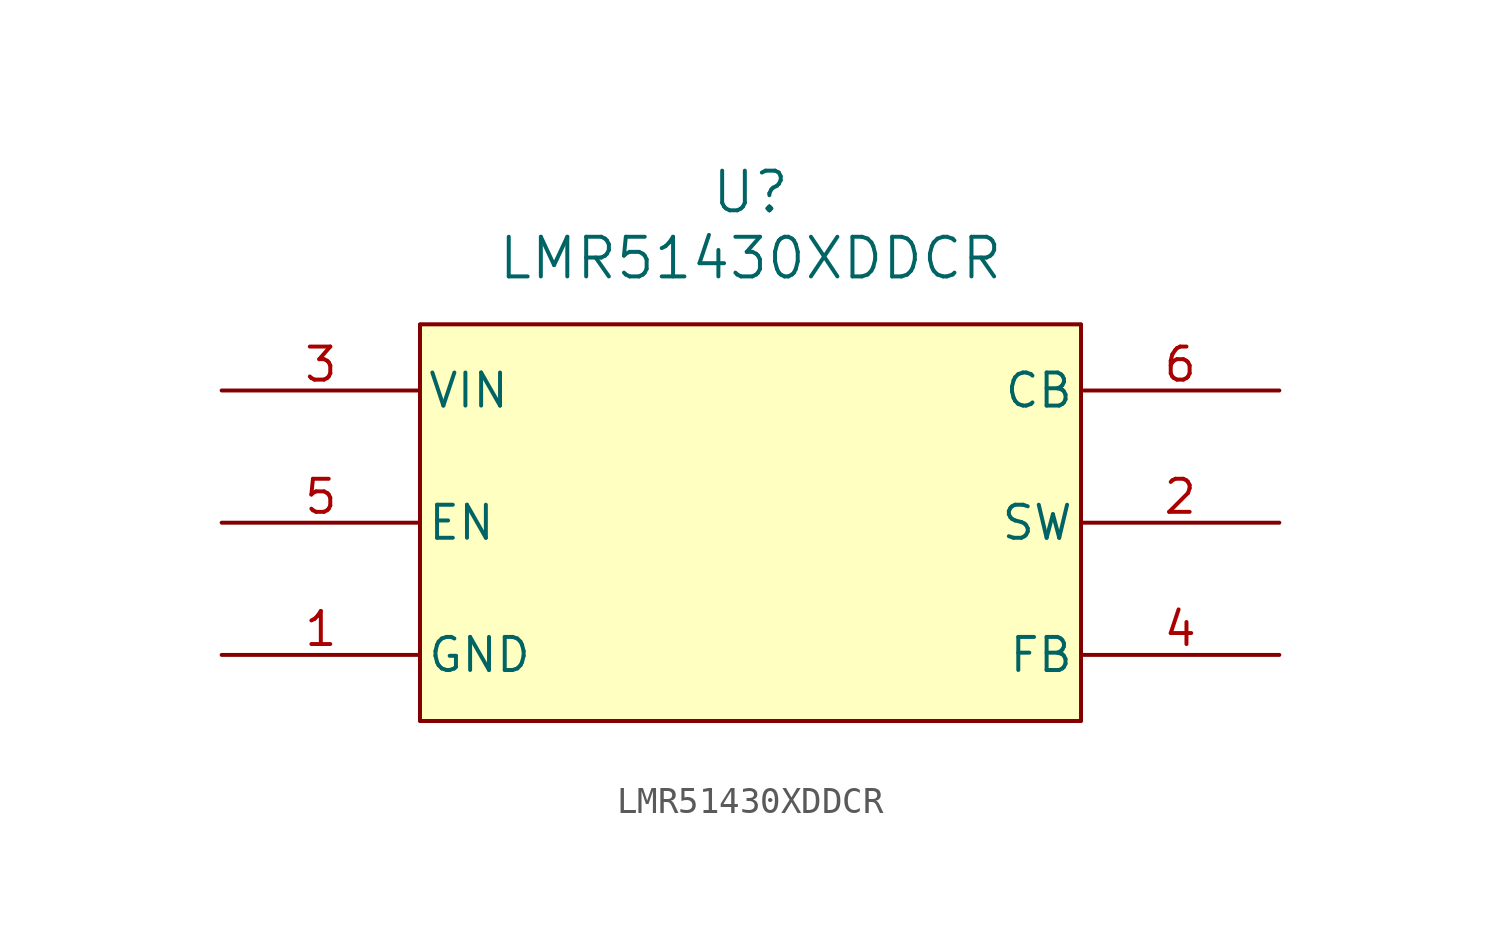
<source format=kicad_sym>
(kicad_symbol_lib
  (version 20220914)
  (generator kicad_symbol_editor)
  (symbol "LMR51430XDDCR"
    (pin_names
      (offset 0.254))
    (property "Reference" "U"
      (at 0 12.7 0)
      (effects (font (size 1.524 1.524))))
    (property "Value" "LMR51430XDDCR"
      (at 0 10.16 0)
      (effects (font (size 1.524 1.524))))
    (property "ki_locked" ""
      (at 0 0 0)
      (effects (font (size 1.27 1.27))))
    (symbol "LMR51430XDDCR_0_1"
      (polyline (pts (xy -12.7 -7.62) (xy 12.7 -7.62)) (stroke (width 0.127) (type default)) (fill (type none)))
      (polyline (pts (xy -12.7 7.62) (xy -12.7 -7.62)) (stroke (width 0.127) (type default)) (fill (type none)))
      (polyline (pts (xy 12.7 -7.62) (xy 12.7 7.62)) (stroke (width 0.127) (type default)) (fill (type none)))
      (polyline (pts (xy 12.7 7.62) (xy -12.7 7.62)) (stroke (width 0.127) (type default)) (fill (type none)))
      (pin power_out line (at -20.32 -5.08 0) (length 7.62) (name "GND" (effects (font (size 1.27 1.27)))) (number "1" (effects (font (size 1.27 1.27)))))
      (pin power_in line (at 20.32 0 180) (length 7.62) (name "SW" (effects (font (size 1.27 1.27)))) (number "2" (effects (font (size 1.27 1.27)))))
      (pin power_in line (at -20.32 5.08 0) (length 7.62) (name "VIN" (effects (font (size 1.27 1.27)))) (number "3" (effects (font (size 1.27 1.27)))))
      (pin power_in line (at 20.32 5.08 180) (length 7.62) (name "CB" (effects (font (size 1.27 1.27)))) (number "6" (effects (font (size 1.27 1.27))))))
    (symbol "LMR51430XDDCR_1_1"
      (rectangle (start -12.7 7.62) (end 12.7 -7.62) (stroke (width 0) (type default)) (fill (type background)))
      (pin passive line (at 20.32 -5.08 180) (length 7.62) (name "FB" (effects (font (size 1.27 1.27)))) (number "4" (effects (font (size 1.27 1.27)))))
      (pin passive line (at -20.32 0 0) (length 7.62) (name "EN" (effects (font (size 1.27 1.27)))) (number "5" (effects (font (size 1.27 1.27))))))))
</source>
